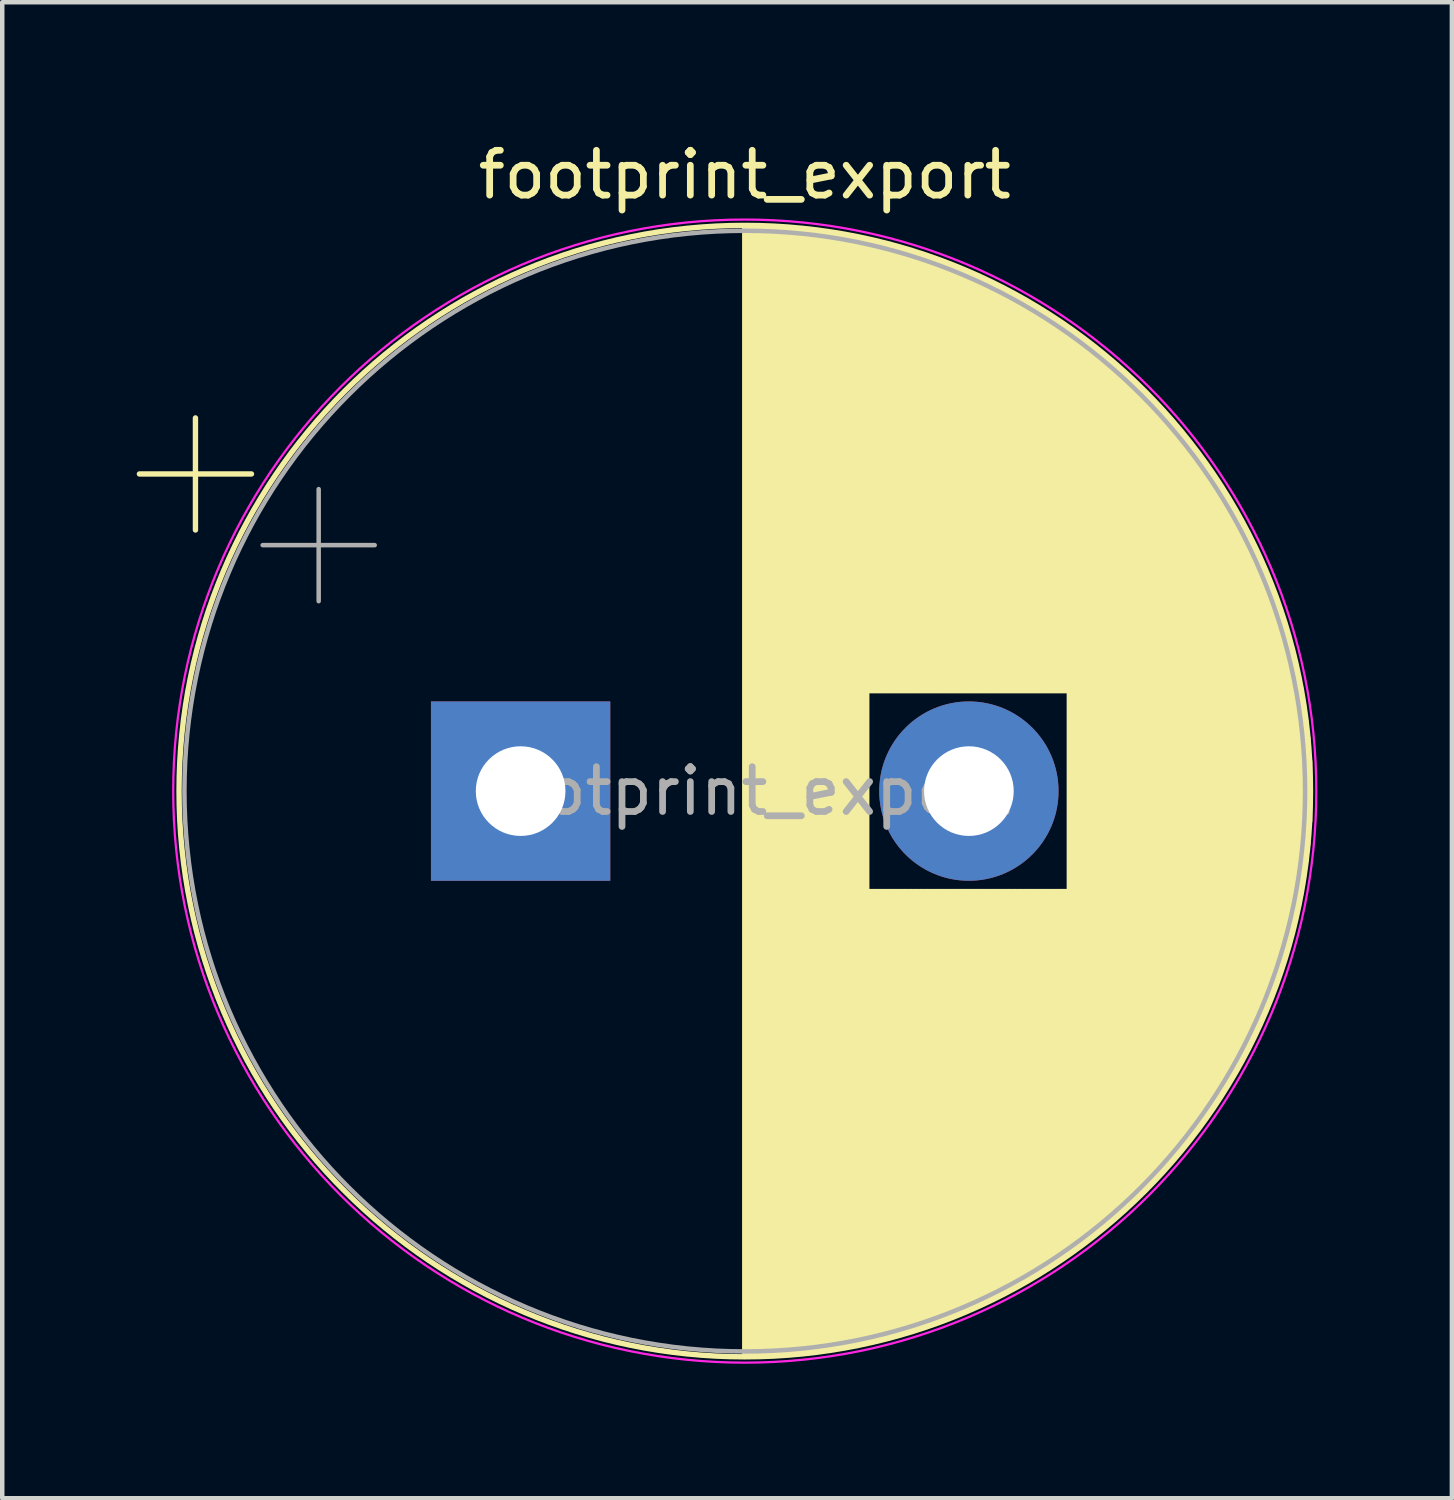
<source format=kicad_pcb>
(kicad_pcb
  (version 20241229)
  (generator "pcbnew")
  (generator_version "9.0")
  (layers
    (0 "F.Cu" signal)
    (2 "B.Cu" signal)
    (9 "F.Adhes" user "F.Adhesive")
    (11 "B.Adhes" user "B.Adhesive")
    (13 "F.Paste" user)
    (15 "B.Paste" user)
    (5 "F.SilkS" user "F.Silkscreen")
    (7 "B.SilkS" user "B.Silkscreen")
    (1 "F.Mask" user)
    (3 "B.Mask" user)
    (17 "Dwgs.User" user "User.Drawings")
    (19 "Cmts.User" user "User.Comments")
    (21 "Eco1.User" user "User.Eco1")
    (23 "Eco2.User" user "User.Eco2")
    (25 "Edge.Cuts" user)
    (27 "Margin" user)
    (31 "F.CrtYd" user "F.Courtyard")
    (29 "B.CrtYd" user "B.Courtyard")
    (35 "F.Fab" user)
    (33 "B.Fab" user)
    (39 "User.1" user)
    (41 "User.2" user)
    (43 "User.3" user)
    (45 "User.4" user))
  (footprint "footprint_export"
    (layer "F.Cu")
    (at 8.564 14.598)
    (property "Reference" "footprint_export" (at 5 -13.75 0) (layer "F.SilkS") (effects (font (size 1 1) (thickness 0.15))))
    (attr through_hole)
    (fp_line (start -8.504 -7.075) (end -6.004 -7.075) (stroke (width 0.12) (type solid)) (layer "F.SilkS"))
    (fp_line (start -7.254 -8.325) (end -7.254 -5.825) (stroke (width 0.12) (type solid)) (layer "F.SilkS"))
    (fp_line (start 5 -12.581) (end 5 12.581) (stroke (width 0.12) (type solid)) (layer "F.SilkS"))
    (fp_line (start 5.04 -12.58) (end 5.04 12.58) (stroke (width 0.12) (type solid)) (layer "F.SilkS"))
    (fp_line (start 5.08 -12.58) (end 5.08 12.58) (stroke (width 0.12) (type solid)) (layer "F.SilkS"))
    (fp_line (start 5.12 -12.58) (end 5.12 12.58) (stroke (width 0.12) (type solid)) (layer "F.SilkS"))
    (fp_line (start 5.16 -12.579) (end 5.16 12.579) (stroke (width 0.12) (type solid)) (layer "F.SilkS"))
    (fp_line (start 5.2 -12.579) (end 5.2 12.579) (stroke (width 0.12) (type solid)) (layer "F.SilkS"))
    (fp_line (start 5.24 -12.578) (end 5.24 12.578) (stroke (width 0.12) (type solid)) (layer "F.SilkS"))
    (fp_line (start 5.28 -12.577) (end 5.28 12.577) (stroke (width 0.12) (type solid)) (layer "F.SilkS"))
    (fp_line (start 5.32 -12.576) (end 5.32 12.576) (stroke (width 0.12) (type solid)) (layer "F.SilkS"))
    (fp_line (start 5.36 -12.575) (end 5.36 12.575) (stroke (width 0.12) (type solid)) (layer "F.SilkS"))
    (fp_line (start 5.4 -12.574) (end 5.4 12.574) (stroke (width 0.12) (type solid)) (layer "F.SilkS"))
    (fp_line (start 5.44 -12.573) (end 5.44 12.573) (stroke (width 0.12) (type solid)) (layer "F.SilkS"))
    (fp_line (start 5.48 -12.571) (end 5.48 12.571) (stroke (width 0.12) (type solid)) (layer "F.SilkS"))
    (fp_line (start 5.52 -12.57) (end 5.52 12.57) (stroke (width 0.12) (type solid)) (layer "F.SilkS"))
    (fp_line (start 5.56 -12.568) (end 5.56 12.568) (stroke (width 0.12) (type solid)) (layer "F.SilkS"))
    (fp_line (start 5.6 -12.566) (end 5.6 12.566) (stroke (width 0.12) (type solid)) (layer "F.SilkS"))
    (fp_line (start 5.64 -12.564) (end 5.64 12.564) (stroke (width 0.12) (type solid)) (layer "F.SilkS"))
    (fp_line (start 5.68 -12.562) (end 5.68 12.562) (stroke (width 0.12) (type solid)) (layer "F.SilkS"))
    (fp_line (start 5.721 -12.56) (end 5.721 12.56) (stroke (width 0.12) (type solid)) (layer "F.SilkS"))
    (fp_line (start 5.761 -12.558) (end 5.761 12.558) (stroke (width 0.12) (type solid)) (layer "F.SilkS"))
    (fp_line (start 5.801 -12.555) (end 5.801 12.555) (stroke (width 0.12) (type solid)) (layer "F.SilkS"))
    (fp_line (start 5.841 -12.553) (end 5.841 12.553) (stroke (width 0.12) (type solid)) (layer "F.SilkS"))
    (fp_line (start 5.881 -12.55) (end 5.881 12.55) (stroke (width 0.12) (type solid)) (layer "F.SilkS"))
    (fp_line (start 5.921 -12.547) (end 5.921 12.547) (stroke (width 0.12) (type solid)) (layer "F.SilkS"))
    (fp_line (start 5.961 -12.544) (end 5.961 12.544) (stroke (width 0.12) (type solid)) (layer "F.SilkS"))
    (fp_line (start 6.001 -12.541) (end 6.001 12.541) (stroke (width 0.12) (type solid)) (layer "F.SilkS"))
    (fp_line (start 6.041 -12.538) (end 6.041 12.538) (stroke (width 0.12) (type solid)) (layer "F.SilkS"))
    (fp_line (start 6.081 -12.534) (end 6.081 12.534) (stroke (width 0.12) (type solid)) (layer "F.SilkS"))
    (fp_line (start 6.121 -12.531) (end 6.121 12.531) (stroke (width 0.12) (type solid)) (layer "F.SilkS"))
    (fp_line (start 6.161 -12.527) (end 6.161 12.527) (stroke (width 0.12) (type solid)) (layer "F.SilkS"))
    (fp_line (start 6.201 -12.523) (end 6.201 12.523) (stroke (width 0.12) (type solid)) (layer "F.SilkS"))
    (fp_line (start 6.241 -12.519) (end 6.241 12.519) (stroke (width 0.12) (type solid)) (layer "F.SilkS"))
    (fp_line (start 6.281 -12.515) (end 6.281 12.515) (stroke (width 0.12) (type solid)) (layer "F.SilkS"))
    (fp_line (start 6.321 -12.511) (end 6.321 12.511) (stroke (width 0.12) (type solid)) (layer "F.SilkS"))
    (fp_line (start 6.361 -12.507) (end 6.361 12.507) (stroke (width 0.12) (type solid)) (layer "F.SilkS"))
    (fp_line (start 6.401 -12.503) (end 6.401 12.503) (stroke (width 0.12) (type solid)) (layer "F.SilkS"))
    (fp_line (start 6.441 -12.498) (end 6.441 12.498) (stroke (width 0.12) (type solid)) (layer "F.SilkS"))
    (fp_line (start 6.481 -12.493) (end 6.481 12.493) (stroke (width 0.12) (type solid)) (layer "F.SilkS"))
    (fp_line (start 6.521 -12.489) (end 6.521 12.489) (stroke (width 0.12) (type solid)) (layer "F.SilkS"))
    (fp_line (start 6.561 -12.484) (end 6.561 12.484) (stroke (width 0.12) (type solid)) (layer "F.SilkS"))
    (fp_line (start 6.601 -12.479) (end 6.601 12.479) (stroke (width 0.12) (type solid)) (layer "F.SilkS"))
    (fp_line (start 6.641 -12.473) (end 6.641 12.473) (stroke (width 0.12) (type solid)) (layer "F.SilkS"))
    (fp_line (start 6.681 -12.468) (end 6.681 12.468) (stroke (width 0.12) (type solid)) (layer "F.SilkS"))
    (fp_line (start 6.721 -12.463) (end 6.721 12.463) (stroke (width 0.12) (type solid)) (layer "F.SilkS"))
    (fp_line (start 6.761 -12.457) (end 6.761 12.457) (stroke (width 0.12) (type solid)) (layer "F.SilkS"))
    (fp_line (start 6.801 -12.451) (end 6.801 12.451) (stroke (width 0.12) (type solid)) (layer "F.SilkS"))
    (fp_line (start 6.841 -12.446) (end 6.841 12.446) (stroke (width 0.12) (type solid)) (layer "F.SilkS"))
    (fp_line (start 6.881 -12.44) (end 6.881 12.44) (stroke (width 0.12) (type solid)) (layer "F.SilkS"))
    (fp_line (start 6.921 -12.434) (end 6.921 12.434) (stroke (width 0.12) (type solid)) (layer "F.SilkS"))
    (fp_line (start 6.961 -12.427) (end 6.961 12.427) (stroke (width 0.12) (type solid)) (layer "F.SilkS"))
    (fp_line (start 7.001 -12.421) (end 7.001 12.421) (stroke (width 0.12) (type solid)) (layer "F.SilkS"))
    (fp_line (start 7.041 -12.415) (end 7.041 12.415) (stroke (width 0.12) (type solid)) (layer "F.SilkS"))
    (fp_line (start 7.081 -12.408) (end 7.081 12.408) (stroke (width 0.12) (type solid)) (layer "F.SilkS"))
    (fp_line (start 7.121 -12.401) (end 7.121 12.401) (stroke (width 0.12) (type solid)) (layer "F.SilkS"))
    (fp_line (start 7.161 -12.394) (end 7.161 12.394) (stroke (width 0.12) (type solid)) (layer "F.SilkS"))
    (fp_line (start 7.201 -12.387) (end 7.201 12.387) (stroke (width 0.12) (type solid)) (layer "F.SilkS"))
    (fp_line (start 7.241 -12.38) (end 7.241 12.38) (stroke (width 0.12) (type solid)) (layer "F.SilkS"))
    (fp_line (start 7.281 -12.373) (end 7.281 12.373) (stroke (width 0.12) (type solid)) (layer "F.SilkS"))
    (fp_line (start 7.321 -12.365) (end 7.321 12.365) (stroke (width 0.12) (type solid)) (layer "F.SilkS"))
    (fp_line (start 7.361 -12.358) (end 7.361 12.358) (stroke (width 0.12) (type solid)) (layer "F.SilkS"))
    (fp_line (start 7.401 -12.35) (end 7.401 12.35) (stroke (width 0.12) (type solid)) (layer "F.SilkS"))
    (fp_line (start 7.441 -12.342) (end 7.441 12.342) (stroke (width 0.12) (type solid)) (layer "F.SilkS"))
    (fp_line (start 7.481 -12.334) (end 7.481 12.334) (stroke (width 0.12) (type solid)) (layer "F.SilkS"))
    (fp_line (start 7.521 -12.326) (end 7.521 12.326) (stroke (width 0.12) (type solid)) (layer "F.SilkS"))
    (fp_line (start 7.561 -12.318) (end 7.561 12.318) (stroke (width 0.12) (type solid)) (layer "F.SilkS"))
    (fp_line (start 7.601 -12.31) (end 7.601 12.31) (stroke (width 0.12) (type solid)) (layer "F.SilkS"))
    (fp_line (start 7.641 -12.301) (end 7.641 12.301) (stroke (width 0.12) (type solid)) (layer "F.SilkS"))
    (fp_line (start 7.681 -12.293) (end 7.681 12.293) (stroke (width 0.12) (type solid)) (layer "F.SilkS"))
    (fp_line (start 7.721 -12.284) (end 7.721 12.284) (stroke (width 0.12) (type solid)) (layer "F.SilkS"))
    (fp_line (start 7.761 -12.275) (end 7.761 -2.24) (stroke (width 0.12) (type solid)) (layer "F.SilkS"))
    (fp_line (start 7.761 2.24) (end 7.761 12.275) (stroke (width 0.12) (type solid)) (layer "F.SilkS"))
    (fp_line (start 7.801 -12.266) (end 7.801 -2.24) (stroke (width 0.12) (type solid)) (layer "F.SilkS"))
    (fp_line (start 7.801 2.24) (end 7.801 12.266) (stroke (width 0.12) (type solid)) (layer "F.SilkS"))
    (fp_line (start 7.841 -12.257) (end 7.841 -2.24) (stroke (width 0.12) (type solid)) (layer "F.SilkS"))
    (fp_line (start 7.841 2.24) (end 7.841 12.257) (stroke (width 0.12) (type solid)) (layer "F.SilkS"))
    (fp_line (start 7.881 -12.247) (end 7.881 -2.24) (stroke (width 0.12) (type solid)) (layer "F.SilkS"))
    (fp_line (start 7.881 2.24) (end 7.881 12.247) (stroke (width 0.12) (type solid)) (layer "F.SilkS"))
    (fp_line (start 7.921 -12.238) (end 7.921 -2.24) (stroke (width 0.12) (type solid)) (layer "F.SilkS"))
    (fp_line (start 7.921 2.24) (end 7.921 12.238) (stroke (width 0.12) (type solid)) (layer "F.SilkS"))
    (fp_line (start 7.961 -12.228) (end 7.961 -2.24) (stroke (width 0.12) (type solid)) (layer "F.SilkS"))
    (fp_line (start 7.961 2.24) (end 7.961 12.228) (stroke (width 0.12) (type solid)) (layer "F.SilkS"))
    (fp_line (start 8.001 -12.219) (end 8.001 -2.24) (stroke (width 0.12) (type solid)) (layer "F.SilkS"))
    (fp_line (start 8.001 2.24) (end 8.001 12.219) (stroke (width 0.12) (type solid)) (layer "F.SilkS"))
    (fp_line (start 8.041 -12.209) (end 8.041 -2.24) (stroke (width 0.12) (type solid)) (layer "F.SilkS"))
    (fp_line (start 8.041 2.24) (end 8.041 12.209) (stroke (width 0.12) (type solid)) (layer "F.SilkS"))
    (fp_line (start 8.081 -12.199) (end 8.081 -2.24) (stroke (width 0.12) (type solid)) (layer "F.SilkS"))
    (fp_line (start 8.081 2.24) (end 8.081 12.199) (stroke (width 0.12) (type solid)) (layer "F.SilkS"))
    (fp_line (start 8.121 -12.189) (end 8.121 -2.24) (stroke (width 0.12) (type solid)) (layer "F.SilkS"))
    (fp_line (start 8.121 2.24) (end 8.121 12.189) (stroke (width 0.12) (type solid)) (layer "F.SilkS"))
    (fp_line (start 8.161 -12.178) (end 8.161 -2.24) (stroke (width 0.12) (type solid)) (layer "F.SilkS"))
    (fp_line (start 8.161 2.24) (end 8.161 12.178) (stroke (width 0.12) (type solid)) (layer "F.SilkS"))
    (fp_line (start 8.201 -12.168) (end 8.201 -2.24) (stroke (width 0.12) (type solid)) (layer "F.SilkS"))
    (fp_line (start 8.201 2.24) (end 8.201 12.168) (stroke (width 0.12) (type solid)) (layer "F.SilkS"))
    (fp_line (start 8.241 -12.157) (end 8.241 -2.24) (stroke (width 0.12) (type solid)) (layer "F.SilkS"))
    (fp_line (start 8.241 2.24) (end 8.241 12.157) (stroke (width 0.12) (type solid)) (layer "F.SilkS"))
    (fp_line (start 8.281 -12.147) (end 8.281 -2.24) (stroke (width 0.12) (type solid)) (layer "F.SilkS"))
    (fp_line (start 8.281 2.24) (end 8.281 12.147) (stroke (width 0.12) (type solid)) (layer "F.SilkS"))
    (fp_line (start 8.321 -12.136) (end 8.321 -2.24) (stroke (width 0.12) (type solid)) (layer "F.SilkS"))
    (fp_line (start 8.321 2.24) (end 8.321 12.136) (stroke (width 0.12) (type solid)) (layer "F.SilkS"))
    (fp_line (start 8.361 -12.125) (end 8.361 -2.24) (stroke (width 0.12) (type solid)) (layer "F.SilkS"))
    (fp_line (start 8.361 2.24) (end 8.361 12.125) (stroke (width 0.12) (type solid)) (layer "F.SilkS"))
    (fp_line (start 8.401 -12.114) (end 8.401 -2.24) (stroke (width 0.12) (type solid)) (layer "F.SilkS"))
    (fp_line (start 8.401 2.24) (end 8.401 12.114) (stroke (width 0.12) (type solid)) (layer "F.SilkS"))
    (fp_line (start 8.441 -12.103) (end 8.441 -2.24) (stroke (width 0.12) (type solid)) (layer "F.SilkS"))
    (fp_line (start 8.441 2.24) (end 8.441 12.103) (stroke (width 0.12) (type solid)) (layer "F.SilkS"))
    (fp_line (start 8.481 -12.091) (end 8.481 -2.24) (stroke (width 0.12) (type solid)) (layer "F.SilkS"))
    (fp_line (start 8.481 2.24) (end 8.481 12.091) (stroke (width 0.12) (type solid)) (layer "F.SilkS"))
    (fp_line (start 8.521 -12.08) (end 8.521 -2.24) (stroke (width 0.12) (type solid)) (layer "F.SilkS"))
    (fp_line (start 8.521 2.24) (end 8.521 12.08) (stroke (width 0.12) (type solid)) (layer "F.SilkS"))
    (fp_line (start 8.561 -12.068) (end 8.561 -2.24) (stroke (width 0.12) (type solid)) (layer "F.SilkS"))
    (fp_line (start 8.561 2.24) (end 8.561 12.068) (stroke (width 0.12) (type solid)) (layer "F.SilkS"))
    (fp_line (start 8.601 -12.056) (end 8.601 -2.24) (stroke (width 0.12) (type solid)) (layer "F.SilkS"))
    (fp_line (start 8.601 2.24) (end 8.601 12.056) (stroke (width 0.12) (type solid)) (layer "F.SilkS"))
    (fp_line (start 8.641 -12.044) (end 8.641 -2.24) (stroke (width 0.12) (type solid)) (layer "F.SilkS"))
    (fp_line (start 8.641 2.24) (end 8.641 12.044) (stroke (width 0.12) (type solid)) (layer "F.SilkS"))
    (fp_line (start 8.681 -12.032) (end 8.681 -2.24) (stroke (width 0.12) (type solid)) (layer "F.SilkS"))
    (fp_line (start 8.681 2.24) (end 8.681 12.032) (stroke (width 0.12) (type solid)) (layer "F.SilkS"))
    (fp_line (start 8.721 -12.02) (end 8.721 -2.24) (stroke (width 0.12) (type solid)) (layer "F.SilkS"))
    (fp_line (start 8.721 2.24) (end 8.721 12.02) (stroke (width 0.12) (type solid)) (layer "F.SilkS"))
    (fp_line (start 8.761 -12.007) (end 8.761 -2.24) (stroke (width 0.12) (type solid)) (layer "F.SilkS"))
    (fp_line (start 8.761 2.24) (end 8.761 12.007) (stroke (width 0.12) (type solid)) (layer "F.SilkS"))
    (fp_line (start 8.801 -11.995) (end 8.801 -2.24) (stroke (width 0.12) (type solid)) (layer "F.SilkS"))
    (fp_line (start 8.801 2.24) (end 8.801 11.995) (stroke (width 0.12) (type solid)) (layer "F.SilkS"))
    (fp_line (start 8.841 -11.982) (end 8.841 -2.24) (stroke (width 0.12) (type solid)) (layer "F.SilkS"))
    (fp_line (start 8.841 2.24) (end 8.841 11.982) (stroke (width 0.12) (type solid)) (layer "F.SilkS"))
    (fp_line (start 8.881 -11.969) (end 8.881 -2.24) (stroke (width 0.12) (type solid)) (layer "F.SilkS"))
    (fp_line (start 8.881 2.24) (end 8.881 11.969) (stroke (width 0.12) (type solid)) (layer "F.SilkS"))
    (fp_line (start 8.921 -11.956) (end 8.921 -2.24) (stroke (width 0.12) (type solid)) (layer "F.SilkS"))
    (fp_line (start 8.921 2.24) (end 8.921 11.956) (stroke (width 0.12) (type solid)) (layer "F.SilkS"))
    (fp_line (start 8.961 -11.943) (end 8.961 -2.24) (stroke (width 0.12) (type solid)) (layer "F.SilkS"))
    (fp_line (start 8.961 2.24) (end 8.961 11.943) (stroke (width 0.12) (type solid)) (layer "F.SilkS"))
    (fp_line (start 9.001 -11.93) (end 9.001 -2.24) (stroke (width 0.12) (type solid)) (layer "F.SilkS"))
    (fp_line (start 9.001 2.24) (end 9.001 11.93) (stroke (width 0.12) (type solid)) (layer "F.SilkS"))
    (fp_line (start 9.041 -11.916) (end 9.041 -2.24) (stroke (width 0.12) (type solid)) (layer "F.SilkS"))
    (fp_line (start 9.041 2.24) (end 9.041 11.916) (stroke (width 0.12) (type solid)) (layer "F.SilkS"))
    (fp_line (start 9.081 -11.903) (end 9.081 -2.24) (stroke (width 0.12) (type solid)) (layer "F.SilkS"))
    (fp_line (start 9.081 2.24) (end 9.081 11.903) (stroke (width 0.12) (type solid)) (layer "F.SilkS"))
    (fp_line (start 9.121 -11.889) (end 9.121 -2.24) (stroke (width 0.12) (type solid)) (layer "F.SilkS"))
    (fp_line (start 9.121 2.24) (end 9.121 11.889) (stroke (width 0.12) (type solid)) (layer "F.SilkS"))
    (fp_line (start 9.161 -11.875) (end 9.161 -2.24) (stroke (width 0.12) (type solid)) (layer "F.SilkS"))
    (fp_line (start 9.161 2.24) (end 9.161 11.875) (stroke (width 0.12) (type solid)) (layer "F.SilkS"))
    (fp_line (start 9.201 -11.861) (end 9.201 -2.24) (stroke (width 0.12) (type solid)) (layer "F.SilkS"))
    (fp_line (start 9.201 2.24) (end 9.201 11.861) (stroke (width 0.12) (type solid)) (layer "F.SilkS"))
    (fp_line (start 9.241 -11.847) (end 9.241 -2.24) (stroke (width 0.12) (type solid)) (layer "F.SilkS"))
    (fp_line (start 9.241 2.24) (end 9.241 11.847) (stroke (width 0.12) (type solid)) (layer "F.SilkS"))
    (fp_line (start 9.281 -11.833) (end 9.281 -2.24) (stroke (width 0.12) (type solid)) (layer "F.SilkS"))
    (fp_line (start 9.281 2.24) (end 9.281 11.833) (stroke (width 0.12) (type solid)) (layer "F.SilkS"))
    (fp_line (start 9.321 -11.818) (end 9.321 -2.24) (stroke (width 0.12) (type solid)) (layer "F.SilkS"))
    (fp_line (start 9.321 2.24) (end 9.321 11.818) (stroke (width 0.12) (type solid)) (layer "F.SilkS"))
    (fp_line (start 9.361 -11.803) (end 9.361 -2.24) (stroke (width 0.12) (type solid)) (layer "F.SilkS"))
    (fp_line (start 9.361 2.24) (end 9.361 11.803) (stroke (width 0.12) (type solid)) (layer "F.SilkS"))
    (fp_line (start 9.401 -11.789) (end 9.401 -2.24) (stroke (width 0.12) (type solid)) (layer "F.SilkS"))
    (fp_line (start 9.401 2.24) (end 9.401 11.789) (stroke (width 0.12) (type solid)) (layer "F.SilkS"))
    (fp_line (start 9.441 -11.774) (end 9.441 -2.24) (stroke (width 0.12) (type solid)) (layer "F.SilkS"))
    (fp_line (start 9.441 2.24) (end 9.441 11.774) (stroke (width 0.12) (type solid)) (layer "F.SilkS"))
    (fp_line (start 9.481 -11.759) (end 9.481 -2.24) (stroke (width 0.12) (type solid)) (layer "F.SilkS"))
    (fp_line (start 9.481 2.24) (end 9.481 11.759) (stroke (width 0.12) (type solid)) (layer "F.SilkS"))
    (fp_line (start 9.521 -11.743) (end 9.521 -2.24) (stroke (width 0.12) (type solid)) (layer "F.SilkS"))
    (fp_line (start 9.521 2.24) (end 9.521 11.743) (stroke (width 0.12) (type solid)) (layer "F.SilkS"))
    (fp_line (start 9.561 -11.728) (end 9.561 -2.24) (stroke (width 0.12) (type solid)) (layer "F.SilkS"))
    (fp_line (start 9.561 2.24) (end 9.561 11.728) (stroke (width 0.12) (type solid)) (layer "F.SilkS"))
    (fp_line (start 9.601 -11.712) (end 9.601 -2.24) (stroke (width 0.12) (type solid)) (layer "F.SilkS"))
    (fp_line (start 9.601 2.24) (end 9.601 11.712) (stroke (width 0.12) (type solid)) (layer "F.SilkS"))
    (fp_line (start 9.641 -11.697) (end 9.641 -2.24) (stroke (width 0.12) (type solid)) (layer "F.SilkS"))
    (fp_line (start 9.641 2.24) (end 9.641 11.697) (stroke (width 0.12) (type solid)) (layer "F.SilkS"))
    (fp_line (start 9.681 -11.681) (end 9.681 -2.24) (stroke (width 0.12) (type solid)) (layer "F.SilkS"))
    (fp_line (start 9.681 2.24) (end 9.681 11.681) (stroke (width 0.12) (type solid)) (layer "F.SilkS"))
    (fp_line (start 9.721 -11.665) (end 9.721 -2.24) (stroke (width 0.12) (type solid)) (layer "F.SilkS"))
    (fp_line (start 9.721 2.24) (end 9.721 11.665) (stroke (width 0.12) (type solid)) (layer "F.SilkS"))
    (fp_line (start 9.761 -11.648) (end 9.761 -2.24) (stroke (width 0.12) (type solid)) (layer "F.SilkS"))
    (fp_line (start 9.761 2.24) (end 9.761 11.648) (stroke (width 0.12) (type solid)) (layer "F.SilkS"))
    (fp_line (start 9.801 -11.632) (end 9.801 -2.24) (stroke (width 0.12) (type solid)) (layer "F.SilkS"))
    (fp_line (start 9.801 2.24) (end 9.801 11.632) (stroke (width 0.12) (type solid)) (layer "F.SilkS"))
    (fp_line (start 9.841 -11.615) (end 9.841 -2.24) (stroke (width 0.12) (type solid)) (layer "F.SilkS"))
    (fp_line (start 9.841 2.24) (end 9.841 11.615) (stroke (width 0.12) (type solid)) (layer "F.SilkS"))
    (fp_line (start 9.881 -11.599) (end 9.881 -2.24) (stroke (width 0.12) (type solid)) (layer "F.SilkS"))
    (fp_line (start 9.881 2.24) (end 9.881 11.599) (stroke (width 0.12) (type solid)) (layer "F.SilkS"))
    (fp_line (start 9.921 -11.582) (end 9.921 -2.24) (stroke (width 0.12) (type solid)) (layer "F.SilkS"))
    (fp_line (start 9.921 2.24) (end 9.921 11.582) (stroke (width 0.12) (type solid)) (layer "F.SilkS"))
    (fp_line (start 9.961 -11.565) (end 9.961 -2.24) (stroke (width 0.12) (type solid)) (layer "F.SilkS"))
    (fp_line (start 9.961 2.24) (end 9.961 11.565) (stroke (width 0.12) (type solid)) (layer "F.SilkS"))
    (fp_line (start 10.001 -11.548) (end 10.001 -2.24) (stroke (width 0.12) (type solid)) (layer "F.SilkS"))
    (fp_line (start 10.001 2.24) (end 10.001 11.548) (stroke (width 0.12) (type solid)) (layer "F.SilkS"))
    (fp_line (start 10.041 -11.53) (end 10.041 -2.24) (stroke (width 0.12) (type solid)) (layer "F.SilkS"))
    (fp_line (start 10.041 2.24) (end 10.041 11.53) (stroke (width 0.12) (type solid)) (layer "F.SilkS"))
    (fp_line (start 10.081 -11.513) (end 10.081 -2.24) (stroke (width 0.12) (type solid)) (layer "F.SilkS"))
    (fp_line (start 10.081 2.24) (end 10.081 11.513) (stroke (width 0.12) (type solid)) (layer "F.SilkS"))
    (fp_line (start 10.121 -11.495) (end 10.121 -2.24) (stroke (width 0.12) (type solid)) (layer "F.SilkS"))
    (fp_line (start 10.121 2.24) (end 10.121 11.495) (stroke (width 0.12) (type solid)) (layer "F.SilkS"))
    (fp_line (start 10.161 -11.477) (end 10.161 -2.24) (stroke (width 0.12) (type solid)) (layer "F.SilkS"))
    (fp_line (start 10.161 2.24) (end 10.161 11.477) (stroke (width 0.12) (type solid)) (layer "F.SilkS"))
    (fp_line (start 10.201 -11.459) (end 10.201 -2.24) (stroke (width 0.12) (type solid)) (layer "F.SilkS"))
    (fp_line (start 10.201 2.24) (end 10.201 11.459) (stroke (width 0.12) (type solid)) (layer "F.SilkS"))
    (fp_line (start 10.241 -11.441) (end 10.241 -2.24) (stroke (width 0.12) (type solid)) (layer "F.SilkS"))
    (fp_line (start 10.241 2.24) (end 10.241 11.441) (stroke (width 0.12) (type solid)) (layer "F.SilkS"))
    (fp_line (start 10.281 -11.423) (end 10.281 -2.24) (stroke (width 0.12) (type solid)) (layer "F.SilkS"))
    (fp_line (start 10.281 2.24) (end 10.281 11.423) (stroke (width 0.12) (type solid)) (layer "F.SilkS"))
    (fp_line (start 10.321 -11.404) (end 10.321 -2.24) (stroke (width 0.12) (type solid)) (layer "F.SilkS"))
    (fp_line (start 10.321 2.24) (end 10.321 11.404) (stroke (width 0.12) (type solid)) (layer "F.SilkS"))
    (fp_line (start 10.361 -11.386) (end 10.361 -2.24) (stroke (width 0.12) (type solid)) (layer "F.SilkS"))
    (fp_line (start 10.361 2.24) (end 10.361 11.386) (stroke (width 0.12) (type solid)) (layer "F.SilkS"))
    (fp_line (start 10.401 -11.367) (end 10.401 -2.24) (stroke (width 0.12) (type solid)) (layer "F.SilkS"))
    (fp_line (start 10.401 2.24) (end 10.401 11.367) (stroke (width 0.12) (type solid)) (layer "F.SilkS"))
    (fp_line (start 10.441 -11.348) (end 10.441 -2.24) (stroke (width 0.12) (type solid)) (layer "F.SilkS"))
    (fp_line (start 10.441 2.24) (end 10.441 11.348) (stroke (width 0.12) (type solid)) (layer "F.SilkS"))
    (fp_line (start 10.481 -11.329) (end 10.481 -2.24) (stroke (width 0.12) (type solid)) (layer "F.SilkS"))
    (fp_line (start 10.481 2.24) (end 10.481 11.329) (stroke (width 0.12) (type solid)) (layer "F.SilkS"))
    (fp_line (start 10.521 -11.309) (end 10.521 -2.24) (stroke (width 0.12) (type solid)) (layer "F.SilkS"))
    (fp_line (start 10.521 2.24) (end 10.521 11.309) (stroke (width 0.12) (type solid)) (layer "F.SilkS"))
    (fp_line (start 10.561 -11.29) (end 10.561 -2.24) (stroke (width 0.12) (type solid)) (layer "F.SilkS"))
    (fp_line (start 10.561 2.24) (end 10.561 11.29) (stroke (width 0.12) (type solid)) (layer "F.SilkS"))
    (fp_line (start 10.601 -11.27) (end 10.601 -2.24) (stroke (width 0.12) (type solid)) (layer "F.SilkS"))
    (fp_line (start 10.601 2.24) (end 10.601 11.27) (stroke (width 0.12) (type solid)) (layer "F.SilkS"))
    (fp_line (start 10.641 -11.25) (end 10.641 -2.24) (stroke (width 0.12) (type solid)) (layer "F.SilkS"))
    (fp_line (start 10.641 2.24) (end 10.641 11.25) (stroke (width 0.12) (type solid)) (layer "F.SilkS"))
    (fp_line (start 10.681 -11.23) (end 10.681 -2.24) (stroke (width 0.12) (type solid)) (layer "F.SilkS"))
    (fp_line (start 10.681 2.24) (end 10.681 11.23) (stroke (width 0.12) (type solid)) (layer "F.SilkS"))
    (fp_line (start 10.721 -11.21) (end 10.721 -2.24) (stroke (width 0.12) (type solid)) (layer "F.SilkS"))
    (fp_line (start 10.721 2.24) (end 10.721 11.21) (stroke (width 0.12) (type solid)) (layer "F.SilkS"))
    (fp_line (start 10.761 -11.189) (end 10.761 -2.24) (stroke (width 0.12) (type solid)) (layer "F.SilkS"))
    (fp_line (start 10.761 2.24) (end 10.761 11.189) (stroke (width 0.12) (type solid)) (layer "F.SilkS"))
    (fp_line (start 10.801 -11.169) (end 10.801 -2.24) (stroke (width 0.12) (type solid)) (layer "F.SilkS"))
    (fp_line (start 10.801 2.24) (end 10.801 11.169) (stroke (width 0.12) (type solid)) (layer "F.SilkS"))
    (fp_line (start 10.841 -11.148) (end 10.841 -2.24) (stroke (width 0.12) (type solid)) (layer "F.SilkS"))
    (fp_line (start 10.841 2.24) (end 10.841 11.148) (stroke (width 0.12) (type solid)) (layer "F.SilkS"))
    (fp_line (start 10.881 -11.127) (end 10.881 -2.24) (stroke (width 0.12) (type solid)) (layer "F.SilkS"))
    (fp_line (start 10.881 2.24) (end 10.881 11.127) (stroke (width 0.12) (type solid)) (layer "F.SilkS"))
    (fp_line (start 10.921 -11.106) (end 10.921 -2.24) (stroke (width 0.12) (type solid)) (layer "F.SilkS"))
    (fp_line (start 10.921 2.24) (end 10.921 11.106) (stroke (width 0.12) (type solid)) (layer "F.SilkS"))
    (fp_line (start 10.961 -11.084) (end 10.961 -2.24) (stroke (width 0.12) (type solid)) (layer "F.SilkS"))
    (fp_line (start 10.961 2.24) (end 10.961 11.084) (stroke (width 0.12) (type solid)) (layer "F.SilkS"))
    (fp_line (start 11.001 -11.063) (end 11.001 -2.24) (stroke (width 0.12) (type solid)) (layer "F.SilkS"))
    (fp_line (start 11.001 2.24) (end 11.001 11.063) (stroke (width 0.12) (type solid)) (layer "F.SilkS"))
    (fp_line (start 11.041 -11.041) (end 11.041 -2.24) (stroke (width 0.12) (type solid)) (layer "F.SilkS"))
    (fp_line (start 11.041 2.24) (end 11.041 11.041) (stroke (width 0.12) (type solid)) (layer "F.SilkS"))
    (fp_line (start 11.081 -11.019) (end 11.081 -2.24) (stroke (width 0.12) (type solid)) (layer "F.SilkS"))
    (fp_line (start 11.081 2.24) (end 11.081 11.019) (stroke (width 0.12) (type solid)) (layer "F.SilkS"))
    (fp_line (start 11.121 -10.997) (end 11.121 -2.24) (stroke (width 0.12) (type solid)) (layer "F.SilkS"))
    (fp_line (start 11.121 2.24) (end 11.121 10.997) (stroke (width 0.12) (type solid)) (layer "F.SilkS"))
    (fp_line (start 11.161 -10.975) (end 11.161 -2.24) (stroke (width 0.12) (type solid)) (layer "F.SilkS"))
    (fp_line (start 11.161 2.24) (end 11.161 10.975) (stroke (width 0.12) (type solid)) (layer "F.SilkS"))
    (fp_line (start 11.201 -10.953) (end 11.201 -2.24) (stroke (width 0.12) (type solid)) (layer "F.SilkS"))
    (fp_line (start 11.201 2.24) (end 11.201 10.953) (stroke (width 0.12) (type solid)) (layer "F.SilkS"))
    (fp_line (start 11.241 -10.93) (end 11.241 -2.24) (stroke (width 0.12) (type solid)) (layer "F.SilkS"))
    (fp_line (start 11.241 2.24) (end 11.241 10.93) (stroke (width 0.12) (type solid)) (layer "F.SilkS"))
    (fp_line (start 11.281 -10.907) (end 11.281 -2.24) (stroke (width 0.12) (type solid)) (layer "F.SilkS"))
    (fp_line (start 11.281 2.24) (end 11.281 10.907) (stroke (width 0.12) (type solid)) (layer "F.SilkS"))
    (fp_line (start 11.321 -10.884) (end 11.321 -2.24) (stroke (width 0.12) (type solid)) (layer "F.SilkS"))
    (fp_line (start 11.321 2.24) (end 11.321 10.884) (stroke (width 0.12) (type solid)) (layer "F.SilkS"))
    (fp_line (start 11.361 -10.861) (end 11.361 -2.24) (stroke (width 0.12) (type solid)) (layer "F.SilkS"))
    (fp_line (start 11.361 2.24) (end 11.361 10.861) (stroke (width 0.12) (type solid)) (layer "F.SilkS"))
    (fp_line (start 11.401 -10.837) (end 11.401 -2.24) (stroke (width 0.12) (type solid)) (layer "F.SilkS"))
    (fp_line (start 11.401 2.24) (end 11.401 10.837) (stroke (width 0.12) (type solid)) (layer "F.SilkS"))
    (fp_line (start 11.441 -10.814) (end 11.441 -2.24) (stroke (width 0.12) (type solid)) (layer "F.SilkS"))
    (fp_line (start 11.441 2.24) (end 11.441 10.814) (stroke (width 0.12) (type solid)) (layer "F.SilkS"))
    (fp_line (start 11.481 -10.79) (end 11.481 -2.24) (stroke (width 0.12) (type solid)) (layer "F.SilkS"))
    (fp_line (start 11.481 2.24) (end 11.481 10.79) (stroke (width 0.12) (type solid)) (layer "F.SilkS"))
    (fp_line (start 11.521 -10.766) (end 11.521 -2.24) (stroke (width 0.12) (type solid)) (layer "F.SilkS"))
    (fp_line (start 11.521 2.24) (end 11.521 10.766) (stroke (width 0.12) (type solid)) (layer "F.SilkS"))
    (fp_line (start 11.561 -10.742) (end 11.561 -2.24) (stroke (width 0.12) (type solid)) (layer "F.SilkS"))
    (fp_line (start 11.561 2.24) (end 11.561 10.742) (stroke (width 0.12) (type solid)) (layer "F.SilkS"))
    (fp_line (start 11.601 -10.717) (end 11.601 -2.24) (stroke (width 0.12) (type solid)) (layer "F.SilkS"))
    (fp_line (start 11.601 2.24) (end 11.601 10.717) (stroke (width 0.12) (type solid)) (layer "F.SilkS"))
    (fp_line (start 11.641 -10.692) (end 11.641 -2.24) (stroke (width 0.12) (type solid)) (layer "F.SilkS"))
    (fp_line (start 11.641 2.24) (end 11.641 10.692) (stroke (width 0.12) (type solid)) (layer "F.SilkS"))
    (fp_line (start 11.681 -10.668) (end 11.681 -2.24) (stroke (width 0.12) (type solid)) (layer "F.SilkS"))
    (fp_line (start 11.681 2.24) (end 11.681 10.668) (stroke (width 0.12) (type solid)) (layer "F.SilkS"))
    (fp_line (start 11.721 -10.643) (end 11.721 -2.24) (stroke (width 0.12) (type solid)) (layer "F.SilkS"))
    (fp_line (start 11.721 2.24) (end 11.721 10.643) (stroke (width 0.12) (type solid)) (layer "F.SilkS"))
    (fp_line (start 11.761 -10.617) (end 11.761 -2.24) (stroke (width 0.12) (type solid)) (layer "F.SilkS"))
    (fp_line (start 11.761 2.24) (end 11.761 10.617) (stroke (width 0.12) (type solid)) (layer "F.SilkS"))
    (fp_line (start 11.801 -10.592) (end 11.801 -2.24) (stroke (width 0.12) (type solid)) (layer "F.SilkS"))
    (fp_line (start 11.801 2.24) (end 11.801 10.592) (stroke (width 0.12) (type solid)) (layer "F.SilkS"))
    (fp_line (start 11.841 -10.566) (end 11.841 -2.24) (stroke (width 0.12) (type solid)) (layer "F.SilkS"))
    (fp_line (start 11.841 2.24) (end 11.841 10.566) (stroke (width 0.12) (type solid)) (layer "F.SilkS"))
    (fp_line (start 11.881 -10.54) (end 11.881 -2.24) (stroke (width 0.12) (type solid)) (layer "F.SilkS"))
    (fp_line (start 11.881 2.24) (end 11.881 10.54) (stroke (width 0.12) (type solid)) (layer "F.SilkS"))
    (fp_line (start 11.921 -10.514) (end 11.921 -2.24) (stroke (width 0.12) (type solid)) (layer "F.SilkS"))
    (fp_line (start 11.921 2.24) (end 11.921 10.514) (stroke (width 0.12) (type solid)) (layer "F.SilkS"))
    (fp_line (start 11.961 -10.488) (end 11.961 -2.24) (stroke (width 0.12) (type solid)) (layer "F.SilkS"))
    (fp_line (start 11.961 2.24) (end 11.961 10.488) (stroke (width 0.12) (type solid)) (layer "F.SilkS"))
    (fp_line (start 12.001 -10.461) (end 12.001 -2.24) (stroke (width 0.12) (type solid)) (layer "F.SilkS"))
    (fp_line (start 12.001 2.24) (end 12.001 10.461) (stroke (width 0.12) (type solid)) (layer "F.SilkS"))
    (fp_line (start 12.041 -10.434) (end 12.041 -2.24) (stroke (width 0.12) (type solid)) (layer "F.SilkS"))
    (fp_line (start 12.041 2.24) (end 12.041 10.434) (stroke (width 0.12) (type solid)) (layer "F.SilkS"))
    (fp_line (start 12.081 -10.407) (end 12.081 -2.24) (stroke (width 0.12) (type solid)) (layer "F.SilkS"))
    (fp_line (start 12.081 2.24) (end 12.081 10.407) (stroke (width 0.12) (type solid)) (layer "F.SilkS"))
    (fp_line (start 12.121 -10.38) (end 12.121 -2.24) (stroke (width 0.12) (type solid)) (layer "F.SilkS"))
    (fp_line (start 12.121 2.24) (end 12.121 10.38) (stroke (width 0.12) (type solid)) (layer "F.SilkS"))
    (fp_line (start 12.161 -10.353) (end 12.161 -2.24) (stroke (width 0.12) (type solid)) (layer "F.SilkS"))
    (fp_line (start 12.161 2.24) (end 12.161 10.353) (stroke (width 0.12) (type solid)) (layer "F.SilkS"))
    (fp_line (start 12.201 -10.325) (end 12.201 -2.24) (stroke (width 0.12) (type solid)) (layer "F.SilkS"))
    (fp_line (start 12.201 2.24) (end 12.201 10.325) (stroke (width 0.12) (type solid)) (layer "F.SilkS"))
    (fp_line (start 12.241 -10.297) (end 12.241 10.297) (stroke (width 0.12) (type solid)) (layer "F.SilkS"))
    (fp_line (start 12.281 -10.269) (end 12.281 10.269) (stroke (width 0.12) (type solid)) (layer "F.SilkS"))
    (fp_line (start 12.321 -10.241) (end 12.321 10.241) (stroke (width 0.12) (type solid)) (layer "F.SilkS"))
    (fp_line (start 12.361 -10.212) (end 12.361 10.212) (stroke (width 0.12) (type solid)) (layer "F.SilkS"))
    (fp_line (start 12.401 -10.183) (end 12.401 10.183) (stroke (width 0.12) (type solid)) (layer "F.SilkS"))
    (fp_line (start 12.441 -10.154) (end 12.441 10.154) (stroke (width 0.12) (type solid)) (layer "F.SilkS"))
    (fp_line (start 12.481 -10.125) (end 12.481 10.125) (stroke (width 0.12) (type solid)) (layer "F.SilkS"))
    (fp_line (start 12.521 -10.095) (end 12.521 10.095) (stroke (width 0.12) (type solid)) (layer "F.SilkS"))
    (fp_line (start 12.561 -10.065) (end 12.561 10.065) (stroke (width 0.12) (type solid)) (layer "F.SilkS"))
    (fp_line (start 12.601 -10.035) (end 12.601 10.035) (stroke (width 0.12) (type solid)) (layer "F.SilkS"))
    (fp_line (start 12.641 -10.005) (end 12.641 10.005) (stroke (width 0.12) (type solid)) (layer "F.SilkS"))
    (fp_line (start 12.681 -9.975) (end 12.681 9.975) (stroke (width 0.12) (type solid)) (layer "F.SilkS"))
    (fp_line (start 12.721 -9.944) (end 12.721 9.944) (stroke (width 0.12) (type solid)) (layer "F.SilkS"))
    (fp_line (start 12.761 -9.913) (end 12.761 9.913) (stroke (width 0.12) (type solid)) (layer "F.SilkS"))
    (fp_line (start 12.801 -9.881) (end 12.801 9.881) (stroke (width 0.12) (type solid)) (layer "F.SilkS"))
    (fp_line (start 12.841 -9.85) (end 12.841 9.85) (stroke (width 0.12) (type solid)) (layer "F.SilkS"))
    (fp_line (start 12.881 -9.818) (end 12.881 9.818) (stroke (width 0.12) (type solid)) (layer "F.SilkS"))
    (fp_line (start 12.921 -9.786) (end 12.921 9.786) (stroke (width 0.12) (type solid)) (layer "F.SilkS"))
    (fp_line (start 12.961 -9.753) (end 12.961 9.753) (stroke (width 0.12) (type solid)) (layer "F.SilkS"))
    (fp_line (start 13.001 -9.721) (end 13.001 9.721) (stroke (width 0.12) (type solid)) (layer "F.SilkS"))
    (fp_line (start 13.041 -9.688) (end 13.041 9.688) (stroke (width 0.12) (type solid)) (layer "F.SilkS"))
    (fp_line (start 13.081 -9.655) (end 13.081 9.655) (stroke (width 0.12) (type solid)) (layer "F.SilkS"))
    (fp_line (start 13.121 -9.621) (end 13.121 9.621) (stroke (width 0.12) (type solid)) (layer "F.SilkS"))
    (fp_line (start 13.161 -9.587) (end 13.161 9.587) (stroke (width 0.12) (type solid)) (layer "F.SilkS"))
    (fp_line (start 13.2 -9.553) (end 13.2 9.553) (stroke (width 0.12) (type solid)) (layer "F.SilkS"))
    (fp_line (start 13.24 -9.519) (end 13.24 9.519) (stroke (width 0.12) (type solid)) (layer "F.SilkS"))
    (fp_line (start 13.28 -9.484) (end 13.28 9.484) (stroke (width 0.12) (type solid)) (layer "F.SilkS"))
    (fp_line (start 13.32 -9.45) (end 13.32 9.45) (stroke (width 0.12) (type solid)) (layer "F.SilkS"))
    (fp_line (start 13.36 -9.414) (end 13.36 9.414) (stroke (width 0.12) (type solid)) (layer "F.SilkS"))
    (fp_line (start 13.4 -9.379) (end 13.4 9.379) (stroke (width 0.12) (type solid)) (layer "F.SilkS"))
    (fp_line (start 13.44 -9.343) (end 13.44 9.343) (stroke (width 0.12) (type solid)) (layer "F.SilkS"))
    (fp_line (start 13.48 -9.307) (end 13.48 9.307) (stroke (width 0.12) (type solid)) (layer "F.SilkS"))
    (fp_line (start 13.52 -9.27) (end 13.52 9.27) (stroke (width 0.12) (type solid)) (layer "F.SilkS"))
    (fp_line (start 13.56 -9.234) (end 13.56 9.234) (stroke (width 0.12) (type solid)) (layer "F.SilkS"))
    (fp_line (start 13.6 -9.197) (end 13.6 9.197) (stroke (width 0.12) (type solid)) (layer "F.SilkS"))
    (fp_line (start 13.64 -9.159) (end 13.64 9.159) (stroke (width 0.12) (type solid)) (layer "F.SilkS"))
    (fp_line (start 13.68 -9.121) (end 13.68 9.121) (stroke (width 0.12) (type solid)) (layer "F.SilkS"))
    (fp_line (start 13.72 -9.083) (end 13.72 9.083) (stroke (width 0.12) (type solid)) (layer "F.SilkS"))
    (fp_line (start 13.76 -9.045) (end 13.76 9.045) (stroke (width 0.12) (type solid)) (layer "F.SilkS"))
    (fp_line (start 13.8 -9.006) (end 13.8 9.006) (stroke (width 0.12) (type solid)) (layer "F.SilkS"))
    (fp_line (start 13.84 -8.967) (end 13.84 8.967) (stroke (width 0.12) (type solid)) (layer "F.SilkS"))
    (fp_line (start 13.88 -8.928) (end 13.88 8.928) (stroke (width 0.12) (type solid)) (layer "F.SilkS"))
    (fp_line (start 13.92 -8.888) (end 13.92 8.888) (stroke (width 0.12) (type solid)) (layer "F.SilkS"))
    (fp_line (start 13.96 -8.848) (end 13.96 8.848) (stroke (width 0.12) (type solid)) (layer "F.SilkS"))
    (fp_line (start 14 -8.807) (end 14 8.807) (stroke (width 0.12) (type solid)) (layer "F.SilkS"))
    (fp_line (start 14.04 -8.766) (end 14.04 8.766) (stroke (width 0.12) (type solid)) (layer "F.SilkS"))
    (fp_line (start 14.08 -8.725) (end 14.08 8.725) (stroke (width 0.12) (type solid)) (layer "F.SilkS"))
    (fp_line (start 14.12 -8.683) (end 14.12 8.683) (stroke (width 0.12) (type solid)) (layer "F.SilkS"))
    (fp_line (start 14.16 -8.641) (end 14.16 8.641) (stroke (width 0.12) (type solid)) (layer "F.SilkS"))
    (fp_line (start 14.2 -8.599) (end 14.2 8.599) (stroke (width 0.12) (type solid)) (layer "F.SilkS"))
    (fp_line (start 14.24 -8.556) (end 14.24 8.556) (stroke (width 0.12) (type solid)) (layer "F.SilkS"))
    (fp_line (start 14.28 -8.513) (end 14.28 8.513) (stroke (width 0.12) (type solid)) (layer "F.SilkS"))
    (fp_line (start 14.32 -8.469) (end 14.32 8.469) (stroke (width 0.12) (type solid)) (layer "F.SilkS"))
    (fp_line (start 14.36 -8.425) (end 14.36 8.425) (stroke (width 0.12) (type solid)) (layer "F.SilkS"))
    (fp_line (start 14.4 -8.381) (end 14.4 8.381) (stroke (width 0.12) (type solid)) (layer "F.SilkS"))
    (fp_line (start 14.44 -8.336) (end 14.44 8.336) (stroke (width 0.12) (type solid)) (layer "F.SilkS"))
    (fp_line (start 14.48 -8.291) (end 14.48 8.291) (stroke (width 0.12) (type solid)) (layer "F.SilkS"))
    (fp_line (start 14.52 -8.245) (end 14.52 8.245) (stroke (width 0.12) (type solid)) (layer "F.SilkS"))
    (fp_line (start 14.56 -8.199) (end 14.56 8.199) (stroke (width 0.12) (type solid)) (layer "F.SilkS"))
    (fp_line (start 14.6 -8.152) (end 14.6 8.152) (stroke (width 0.12) (type solid)) (layer "F.SilkS"))
    (fp_line (start 14.64 -8.105) (end 14.64 8.105) (stroke (width 0.12) (type solid)) (layer "F.SilkS"))
    (fp_line (start 14.68 -8.058) (end 14.68 8.058) (stroke (width 0.12) (type solid)) (layer "F.SilkS"))
    (fp_line (start 14.72 -8.009) (end 14.72 8.009) (stroke (width 0.12) (type solid)) (layer "F.SilkS"))
    (fp_line (start 14.76 -7.961) (end 14.76 7.961) (stroke (width 0.12) (type solid)) (layer "F.SilkS"))
    (fp_line (start 14.8 -7.912) (end 14.8 7.912) (stroke (width 0.12) (type solid)) (layer "F.SilkS"))
    (fp_line (start 14.84 -7.862) (end 14.84 7.862) (stroke (width 0.12) (type solid)) (layer "F.SilkS"))
    (fp_line (start 14.88 -7.812) (end 14.88 7.812) (stroke (width 0.12) (type solid)) (layer "F.SilkS"))
    (fp_line (start 14.92 -7.762) (end 14.92 7.762) (stroke (width 0.12) (type solid)) (layer "F.SilkS"))
    (fp_line (start 14.96 -7.711) (end 14.96 7.711) (stroke (width 0.12) (type solid)) (layer "F.SilkS"))
    (fp_line (start 15 -7.659) (end 15 7.659) (stroke (width 0.12) (type solid)) (layer "F.SilkS"))
    (fp_line (start 15.04 -7.607) (end 15.04 7.607) (stroke (width 0.12) (type solid)) (layer "F.SilkS"))
    (fp_line (start 15.08 -7.554) (end 15.08 7.554) (stroke (width 0.12) (type solid)) (layer "F.SilkS"))
    (fp_line (start 15.12 -7.5) (end 15.12 7.5) (stroke (width 0.12) (type solid)) (layer "F.SilkS"))
    (fp_line (start 15.16 -7.446) (end 15.16 7.446) (stroke (width 0.12) (type solid)) (layer "F.SilkS"))
    (fp_line (start 15.2 -7.392) (end 15.2 7.392) (stroke (width 0.12) (type solid)) (layer "F.SilkS"))
    (fp_line (start 15.24 -7.337) (end 15.24 7.337) (stroke (width 0.12) (type solid)) (layer "F.SilkS"))
    (fp_line (start 15.28 -7.281) (end 15.28 7.281) (stroke (width 0.12) (type solid)) (layer "F.SilkS"))
    (fp_line (start 15.32 -7.224) (end 15.32 7.224) (stroke (width 0.12) (type solid)) (layer "F.SilkS"))
    (fp_line (start 15.36 -7.167) (end 15.36 7.167) (stroke (width 0.12) (type solid)) (layer "F.SilkS"))
    (fp_line (start 15.4 -7.109) (end 15.4 7.109) (stroke (width 0.12) (type solid)) (layer "F.SilkS"))
    (fp_line (start 15.44 -7.051) (end 15.44 7.051) (stroke (width 0.12) (type solid)) (layer "F.SilkS"))
    (fp_line (start 15.48 -6.991) (end 15.48 6.991) (stroke (width 0.12) (type solid)) (layer "F.SilkS"))
    (fp_line (start 15.52 -6.931) (end 15.52 6.931) (stroke (width 0.12) (type solid)) (layer "F.SilkS"))
    (fp_line (start 15.56 -6.871) (end 15.56 6.871) (stroke (width 0.12) (type solid)) (layer "F.SilkS"))
    (fp_line (start 15.6 -6.809) (end 15.6 6.809) (stroke (width 0.12) (type solid)) (layer "F.SilkS"))
    (fp_line (start 15.64 -6.747) (end 15.64 6.747) (stroke (width 0.12) (type solid)) (layer "F.SilkS"))
    (fp_line (start 15.68 -6.684) (end 15.68 6.684) (stroke (width 0.12) (type solid)) (layer "F.SilkS"))
    (fp_line (start 15.72 -6.62) (end 15.72 6.62) (stroke (width 0.12) (type solid)) (layer "F.SilkS"))
    (fp_line (start 15.76 -6.555) (end 15.76 6.555) (stroke (width 0.12) (type solid)) (layer "F.SilkS"))
    (fp_line (start 15.8 -6.489) (end 15.8 6.489) (stroke (width 0.12) (type solid)) (layer "F.SilkS"))
    (fp_line (start 15.84 -6.423) (end 15.84 6.423) (stroke (width 0.12) (type solid)) (layer "F.SilkS"))
    (fp_line (start 15.88 -6.355) (end 15.88 6.355) (stroke (width 0.12) (type solid)) (layer "F.SilkS"))
    (fp_line (start 15.92 -6.286) (end 15.92 6.286) (stroke (width 0.12) (type solid)) (layer "F.SilkS"))
    (fp_line (start 15.96 -6.217) (end 15.96 6.217) (stroke (width 0.12) (type solid)) (layer "F.SilkS"))
    (fp_line (start 16 -6.146) (end 16 6.146) (stroke (width 0.12) (type solid)) (layer "F.SilkS"))
    (fp_line (start 16.04 -6.075) (end 16.04 6.075) (stroke (width 0.12) (type solid)) (layer "F.SilkS"))
    (fp_line (start 16.08 -6.002) (end 16.08 6.002) (stroke (width 0.12) (type solid)) (layer "F.SilkS"))
    (fp_line (start 16.12 -5.928) (end 16.12 5.928) (stroke (width 0.12) (type solid)) (layer "F.SilkS"))
    (fp_line (start 16.16 -5.853) (end 16.16 5.853) (stroke (width 0.12) (type solid)) (layer "F.SilkS"))
    (fp_line (start 16.2 -5.776) (end 16.2 5.776) (stroke (width 0.12) (type solid)) (layer "F.SilkS"))
    (fp_line (start 16.24 -5.699) (end 16.24 5.699) (stroke (width 0.12) (type solid)) (layer "F.SilkS"))
    (fp_line (start 16.28 -5.62) (end 16.28 5.62) (stroke (width 0.12) (type solid)) (layer "F.SilkS"))
    (fp_line (start 16.32 -5.539) (end 16.32 5.539) (stroke (width 0.12) (type solid)) (layer "F.SilkS"))
    (fp_line (start 16.36 -5.457) (end 16.36 5.457) (stroke (width 0.12) (type solid)) (layer "F.SilkS"))
    (fp_line (start 16.4 -5.374) (end 16.4 5.374) (stroke (width 0.12) (type solid)) (layer "F.SilkS"))
    (fp_line (start 16.44 -5.289) (end 16.44 5.289) (stroke (width 0.12) (type solid)) (layer "F.SilkS"))
    (fp_line (start 16.48 -5.202) (end 16.48 5.202) (stroke (width 0.12) (type solid)) (layer "F.SilkS"))
    (fp_line (start 16.52 -5.114) (end 16.52 5.114) (stroke (width 0.12) (type solid)) (layer "F.SilkS"))
    (fp_line (start 16.56 -5.023) (end 16.56 5.023) (stroke (width 0.12) (type solid)) (layer "F.SilkS"))
    (fp_line (start 16.6 -4.931) (end 16.6 4.931) (stroke (width 0.12) (type solid)) (layer "F.SilkS"))
    (fp_line (start 16.64 -4.836) (end 16.64 4.836) (stroke (width 0.12) (type solid)) (layer "F.SilkS"))
    (fp_line (start 16.68 -4.74) (end 16.68 4.74) (stroke (width 0.12) (type solid)) (layer "F.SilkS"))
    (fp_line (start 16.72 -4.641) (end 16.72 4.641) (stroke (width 0.12) (type solid)) (layer "F.SilkS"))
    (fp_line (start 16.76 -4.539) (end 16.76 4.539) (stroke (width 0.12) (type solid)) (layer "F.SilkS"))
    (fp_line (start 16.8 -4.435) (end 16.8 4.435) (stroke (width 0.12) (type solid)) (layer "F.SilkS"))
    (fp_line (start 16.84 -4.328) (end 16.84 4.328) (stroke (width 0.12) (type solid)) (layer "F.SilkS"))
    (fp_line (start 16.88 -4.218) (end 16.88 4.218) (stroke (width 0.12) (type solid)) (layer "F.SilkS"))
    (fp_line (start 16.92 -4.105) (end 16.92 4.105) (stroke (width 0.12) (type solid)) (layer "F.SilkS"))
    (fp_line (start 16.96 -3.988) (end 16.96 3.988) (stroke (width 0.12) (type solid)) (layer "F.SilkS"))
    (fp_line (start 17 -3.867) (end 17 3.867) (stroke (width 0.12) (type solid)) (layer "F.SilkS"))
    (fp_line (start 17.04 -3.742) (end 17.04 3.742) (stroke (width 0.12) (type solid)) (layer "F.SilkS"))
    (fp_line (start 17.08 -3.613) (end 17.08 3.613) (stroke (width 0.12) (type solid)) (layer "F.SilkS"))
    (fp_line (start 17.12 -3.478) (end 17.12 3.478) (stroke (width 0.12) (type solid)) (layer "F.SilkS"))
    (fp_line (start 17.16 -3.337) (end 17.16 3.337) (stroke (width 0.12) (type solid)) (layer "F.SilkS"))
    (fp_line (start 17.2 -3.189) (end 17.2 3.189) (stroke (width 0.12) (type solid)) (layer "F.SilkS"))
    (fp_line (start 17.24 -3.034) (end 17.24 3.034) (stroke (width 0.12) (type solid)) (layer "F.SilkS"))
    (fp_line (start 17.28 -2.87) (end 17.28 2.87) (stroke (width 0.12) (type solid)) (layer "F.SilkS"))
    (fp_line (start 17.32 -2.696) (end 17.32 2.696) (stroke (width 0.12) (type solid)) (layer "F.SilkS"))
    (fp_line (start 17.36 -2.509) (end 17.36 2.509) (stroke (width 0.12) (type solid)) (layer "F.SilkS"))
    (fp_line (start 17.4 -2.307) (end 17.4 2.307) (stroke (width 0.12) (type solid)) (layer "F.SilkS"))
    (fp_line (start 17.44 -2.084) (end 17.44 2.084) (stroke (width 0.12) (type solid)) (layer "F.SilkS"))
    (fp_line (start 17.48 -1.835) (end 17.48 1.835) (stroke (width 0.12) (type solid)) (layer "F.SilkS"))
    (fp_line (start 17.52 -1.546) (end 17.52 1.546) (stroke (width 0.12) (type solid)) (layer "F.SilkS"))
    (fp_line (start 17.56 -1.19) (end 17.56 1.19) (stroke (width 0.12) (type solid)) (layer "F.SilkS"))
    (fp_line (start 17.6 -0.671) (end 17.6 0.671) (stroke (width 0.12) (type solid)) (layer "F.SilkS"))
    (fp_circle (center 5 0) (end 17.62 0) (stroke (width 0.12) (type solid)) (fill no) (layer "F.SilkS"))
    (fp_circle (center 5 0) (end 17.75 0) (stroke (width 0.05) (type solid)) (fill no) (layer "F.CrtYd"))
    (fp_line (start -5.755 -5.487) (end -3.255 -5.487) (stroke (width 0.1) (type solid)) (layer "F.Fab"))
    (fp_line (start -4.505 -6.737) (end -4.505 -4.237) (stroke (width 0.1) (type solid)) (layer "F.Fab"))
    (fp_circle (center 5 0) (end 17.5 0) (stroke (width 0.1) (type solid)) (fill no) (layer "F.Fab"))
    (fp_text user "${REFERENCE}" (at 5 0 0) (layer "F.Fab") (effects (font (size 1 1) (thickness 0.15))))
    (pad "1" thru_hole rect (at 0 0) (size 4 4) (drill 2) (layers "*.Cu" "*.Mask"))
    (pad "2" thru_hole circle (at 10 0) (size 4 4) (drill 2) (layers "*.Cu" "*.Mask")))
  (gr_rect
    (start -3 -3)
    (end 29.339 30.373)
    (stroke (width 0.1) (type default))
    (fill no)
    (layer "Edge.Cuts")))
</source>
